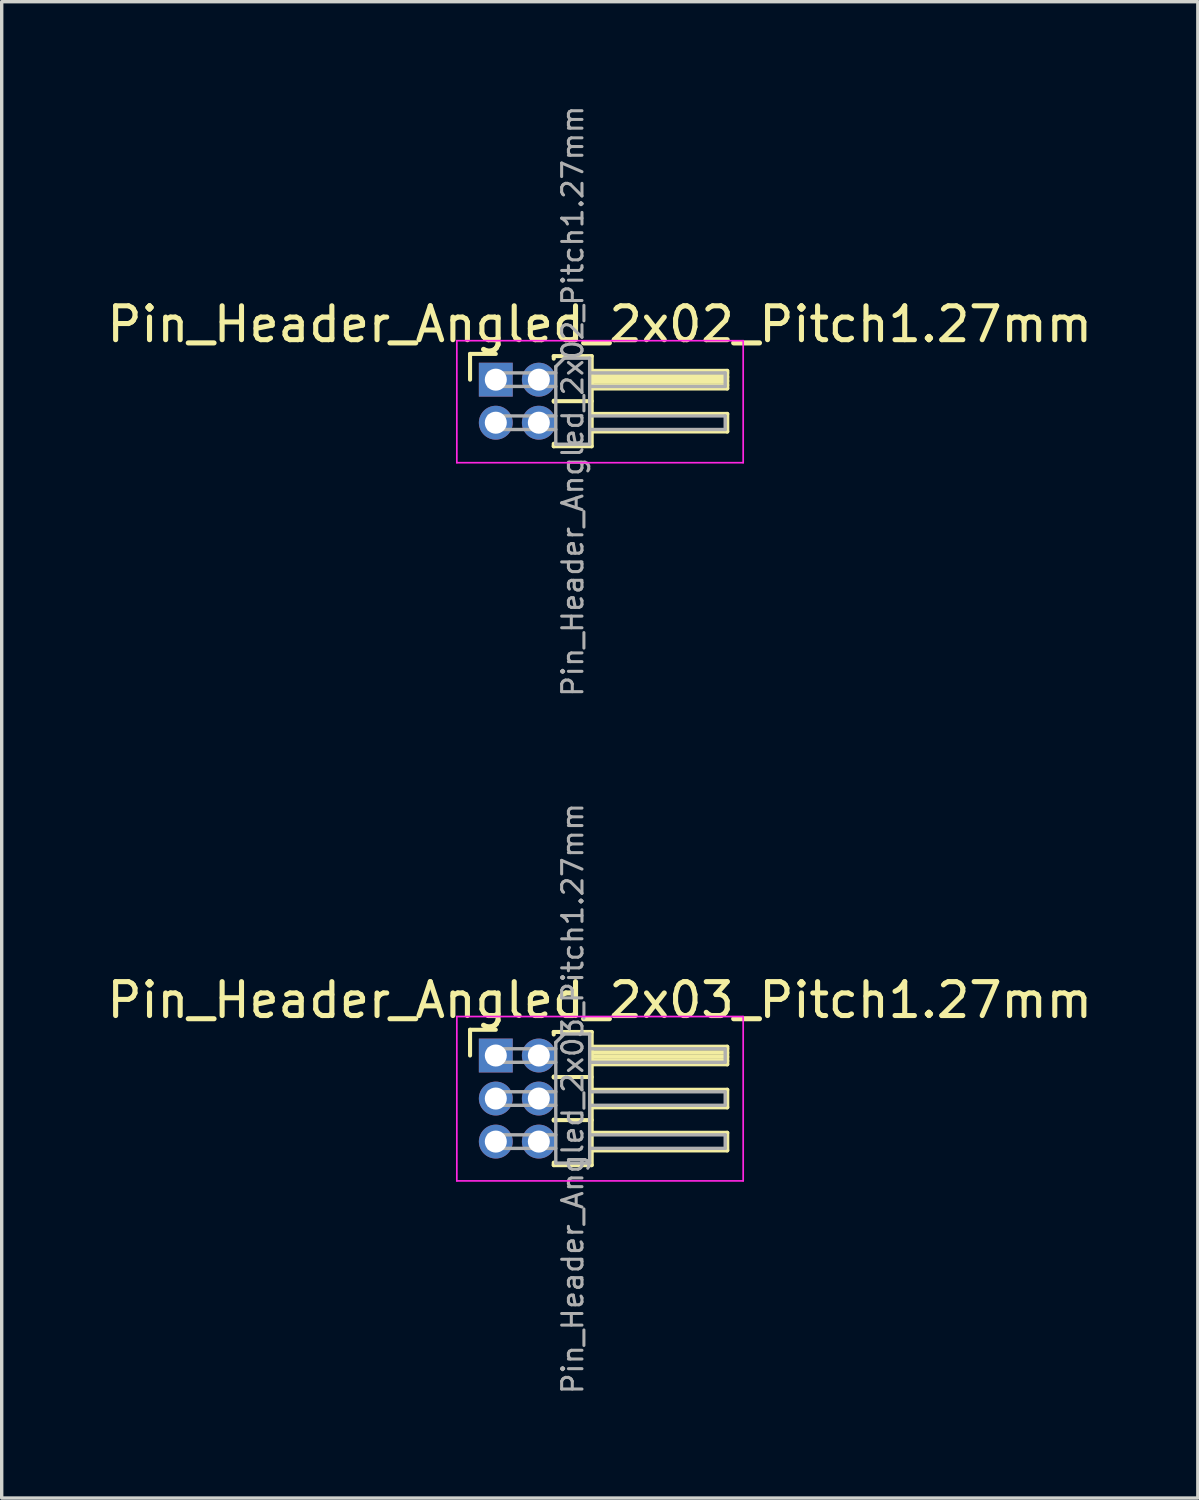
<source format=kicad_pcb>
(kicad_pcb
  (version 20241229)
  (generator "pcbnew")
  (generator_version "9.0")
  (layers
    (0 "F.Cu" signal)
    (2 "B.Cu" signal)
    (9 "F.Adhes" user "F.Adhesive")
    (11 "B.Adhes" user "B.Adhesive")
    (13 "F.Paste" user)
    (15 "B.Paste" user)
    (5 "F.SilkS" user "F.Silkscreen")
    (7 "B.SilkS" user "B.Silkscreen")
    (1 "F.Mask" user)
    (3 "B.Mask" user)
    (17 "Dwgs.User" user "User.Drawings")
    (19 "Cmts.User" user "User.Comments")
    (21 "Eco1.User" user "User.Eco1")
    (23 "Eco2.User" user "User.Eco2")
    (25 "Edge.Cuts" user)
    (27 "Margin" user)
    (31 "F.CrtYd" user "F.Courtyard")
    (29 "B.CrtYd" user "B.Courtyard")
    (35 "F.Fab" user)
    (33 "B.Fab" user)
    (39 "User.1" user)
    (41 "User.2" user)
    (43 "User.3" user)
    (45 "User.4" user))
  (footprint "Pin_Header_Angled_2x03_Pitch1.27mm"
    (layer "F.Cu")
    (at 11.581 28.098)
    (property "Reference" "Pin_Header_Angled_2x03_Pitch1.27mm" (at 3.067 -1.635 0) (layer "F.SilkS") (effects (font (size 1 1) (thickness 0.15))))
    (attr through_hole)
    (fp_line (start -0.76 -0.76) (end 0 -0.76) (stroke (width 0.12) (type solid)) (layer "F.SilkS"))
    (fp_line (start -0.76 0) (end -0.76 -0.76) (stroke (width 0.12) (type solid)) (layer "F.SilkS"))
    (fp_line (start 1.71 -0.695) (end 2.83 -0.695) (stroke (width 0.12) (type solid)) (layer "F.SilkS"))
    (fp_line (start 1.71 -0.62) (end 1.71 -0.695) (stroke (width 0.12) (type solid)) (layer "F.SilkS"))
    (fp_line (start 1.71 0.62) (end 1.71 0.65) (stroke (width 0.12) (type solid)) (layer "F.SilkS"))
    (fp_line (start 1.71 0.635) (end 2.83 0.635) (stroke (width 0.12) (type solid)) (layer "F.SilkS"))
    (fp_line (start 1.71 1.89) (end 1.71 1.92) (stroke (width 0.12) (type solid)) (layer "F.SilkS"))
    (fp_line (start 1.71 1.905) (end 2.83 1.905) (stroke (width 0.12) (type solid)) (layer "F.SilkS"))
    (fp_line (start 1.71 3.235) (end 1.71 3.16) (stroke (width 0.12) (type solid)) (layer "F.SilkS"))
    (fp_line (start 2.83 -0.695) (end 2.83 3.235) (stroke (width 0.12) (type solid)) (layer "F.SilkS"))
    (fp_line (start 2.83 -0.26) (end 6.83 -0.26) (stroke (width 0.12) (type solid)) (layer "F.SilkS"))
    (fp_line (start 2.83 -0.2) (end 6.83 -0.2) (stroke (width 0.12) (type solid)) (layer "F.SilkS"))
    (fp_line (start 2.83 -0.08) (end 6.83 -0.08) (stroke (width 0.12) (type solid)) (layer "F.SilkS"))
    (fp_line (start 2.83 0.04) (end 6.83 0.04) (stroke (width 0.12) (type solid)) (layer "F.SilkS"))
    (fp_line (start 2.83 0.16) (end 6.83 0.16) (stroke (width 0.12) (type solid)) (layer "F.SilkS"))
    (fp_line (start 2.83 1.01) (end 6.83 1.01) (stroke (width 0.12) (type solid)) (layer "F.SilkS"))
    (fp_line (start 2.83 2.28) (end 6.83 2.28) (stroke (width 0.12) (type solid)) (layer "F.SilkS"))
    (fp_line (start 2.83 3.235) (end 1.71 3.235) (stroke (width 0.12) (type solid)) (layer "F.SilkS"))
    (fp_line (start 6.83 -0.26) (end 6.83 0.26) (stroke (width 0.12) (type solid)) (layer "F.SilkS"))
    (fp_line (start 6.83 0.26) (end 2.83 0.26) (stroke (width 0.12) (type solid)) (layer "F.SilkS"))
    (fp_line (start 6.83 1.01) (end 6.83 1.53) (stroke (width 0.12) (type solid)) (layer "F.SilkS"))
    (fp_line (start 6.83 1.53) (end 2.83 1.53) (stroke (width 0.12) (type solid)) (layer "F.SilkS"))
    (fp_line (start 6.83 2.28) (end 6.83 2.8) (stroke (width 0.12) (type solid)) (layer "F.SilkS"))
    (fp_line (start 6.83 2.8) (end 2.83 2.8) (stroke (width 0.12) (type solid)) (layer "F.SilkS"))
    (fp_line (start -1.15 -1.15) (end -1.15 3.7) (stroke (width 0.05) (type solid)) (layer "F.CrtYd"))
    (fp_line (start -1.15 3.7) (end 7.3 3.7) (stroke (width 0.05) (type solid)) (layer "F.CrtYd"))
    (fp_line (start 7.3 -1.15) (end -1.15 -1.15) (stroke (width 0.05) (type solid)) (layer "F.CrtYd"))
    (fp_line (start 7.3 3.7) (end 7.3 -1.15) (stroke (width 0.05) (type solid)) (layer "F.CrtYd"))
    (fp_line (start -0.2 -0.2) (end -0.2 0.2) (stroke (width 0.1) (type solid)) (layer "F.Fab"))
    (fp_line (start -0.2 -0.2) (end 1.77 -0.2) (stroke (width 0.1) (type solid)) (layer "F.Fab"))
    (fp_line (start -0.2 0.2) (end 1.77 0.2) (stroke (width 0.1) (type solid)) (layer "F.Fab"))
    (fp_line (start -0.2 1.07) (end -0.2 1.47) (stroke (width 0.1) (type solid)) (layer "F.Fab"))
    (fp_line (start -0.2 1.07) (end 1.77 1.07) (stroke (width 0.1) (type solid)) (layer "F.Fab"))
    (fp_line (start -0.2 1.47) (end 1.77 1.47) (stroke (width 0.1) (type solid)) (layer "F.Fab"))
    (fp_line (start -0.2 2.34) (end -0.2 2.74) (stroke (width 0.1) (type solid)) (layer "F.Fab"))
    (fp_line (start -0.2 2.34) (end 1.77 2.34) (stroke (width 0.1) (type solid)) (layer "F.Fab"))
    (fp_line (start -0.2 2.74) (end 1.77 2.74) (stroke (width 0.1) (type solid)) (layer "F.Fab"))
    (fp_line (start 1.77 -0.385) (end 2.02 -0.635) (stroke (width 0.1) (type solid)) (layer "F.Fab"))
    (fp_line (start 1.77 3.175) (end 1.77 -0.385) (stroke (width 0.1) (type solid)) (layer "F.Fab"))
    (fp_line (start 2.02 -0.635) (end 2.77 -0.635) (stroke (width 0.1) (type solid)) (layer "F.Fab"))
    (fp_line (start 2.77 -0.635) (end 2.77 3.175) (stroke (width 0.1) (type solid)) (layer "F.Fab"))
    (fp_line (start 2.77 -0.2) (end 6.77 -0.2) (stroke (width 0.1) (type solid)) (layer "F.Fab"))
    (fp_line (start 2.77 0.2) (end 6.77 0.2) (stroke (width 0.1) (type solid)) (layer "F.Fab"))
    (fp_line (start 2.77 1.07) (end 6.77 1.07) (stroke (width 0.1) (type solid)) (layer "F.Fab"))
    (fp_line (start 2.77 1.47) (end 6.77 1.47) (stroke (width 0.1) (type solid)) (layer "F.Fab"))
    (fp_line (start 2.77 2.34) (end 6.77 2.34) (stroke (width 0.1) (type solid)) (layer "F.Fab"))
    (fp_line (start 2.77 2.74) (end 6.77 2.74) (stroke (width 0.1) (type solid)) (layer "F.Fab"))
    (fp_line (start 2.77 3.175) (end 1.77 3.175) (stroke (width 0.1) (type solid)) (layer "F.Fab"))
    (fp_line (start 6.77 -0.2) (end 6.77 0.2) (stroke (width 0.1) (type solid)) (layer "F.Fab"))
    (fp_line (start 6.77 1.07) (end 6.77 1.47) (stroke (width 0.1) (type solid)) (layer "F.Fab"))
    (fp_line (start 6.77 2.34) (end 6.77 2.74) (stroke (width 0.1) (type solid)) (layer "F.Fab"))
    (fp_text user "${REFERENCE}" (at 2.27 1.27 90) (layer "F.Fab") (effects (font (size 0.6 0.6) (thickness 0.09))))
    (pad "1" thru_hole rect (at 0 0) (size 1 1) (drill 0.65) (layers "*.Cu" "*.Mask"))
    (pad "2" thru_hole oval (at 1.27 0) (size 1 1) (drill 0.65) (layers "*.Cu" "*.Mask"))
    (pad "3" thru_hole oval (at 0 1.27) (size 1 1) (drill 0.65) (layers "*.Cu" "*.Mask"))
    (pad "4" thru_hole oval (at 1.27 1.27) (size 1 1) (drill 0.65) (layers "*.Cu" "*.Mask"))
    (pad "5" thru_hole oval (at 0 2.54) (size 1 1) (drill 0.65) (layers "*.Cu" "*.Mask"))
    (pad "6" thru_hole oval (at 1.27 2.54) (size 1 1) (drill 0.65) (layers "*.Cu" "*.Mask")))
  (footprint "Pin_Header_Angled_2x02_Pitch1.27mm"
    (layer "F.Cu")
    (at 11.581 8.154)
    (property "Reference" "Pin_Header_Angled_2x02_Pitch1.27mm" (at 3.067 -1.635 0) (layer "F.SilkS") (effects (font (size 1 1) (thickness 0.15))))
    (attr through_hole)
    (fp_line (start -0.76 -0.76) (end 0 -0.76) (stroke (width 0.12) (type solid)) (layer "F.SilkS"))
    (fp_line (start -0.76 0) (end -0.76 -0.76) (stroke (width 0.12) (type solid)) (layer "F.SilkS"))
    (fp_line (start 1.71 -0.695) (end 2.83 -0.695) (stroke (width 0.12) (type solid)) (layer "F.SilkS"))
    (fp_line (start 1.71 -0.62) (end 1.71 -0.695) (stroke (width 0.12) (type solid)) (layer "F.SilkS"))
    (fp_line (start 1.71 0.62) (end 1.71 0.65) (stroke (width 0.12) (type solid)) (layer "F.SilkS"))
    (fp_line (start 1.71 0.635) (end 2.83 0.635) (stroke (width 0.12) (type solid)) (layer "F.SilkS"))
    (fp_line (start 1.71 1.965) (end 1.71 1.89) (stroke (width 0.12) (type solid)) (layer "F.SilkS"))
    (fp_line (start 2.83 -0.695) (end 2.83 1.965) (stroke (width 0.12) (type solid)) (layer "F.SilkS"))
    (fp_line (start 2.83 -0.26) (end 6.83 -0.26) (stroke (width 0.12) (type solid)) (layer "F.SilkS"))
    (fp_line (start 2.83 -0.2) (end 6.83 -0.2) (stroke (width 0.12) (type solid)) (layer "F.SilkS"))
    (fp_line (start 2.83 -0.08) (end 6.83 -0.08) (stroke (width 0.12) (type solid)) (layer "F.SilkS"))
    (fp_line (start 2.83 0.04) (end 6.83 0.04) (stroke (width 0.12) (type solid)) (layer "F.SilkS"))
    (fp_line (start 2.83 0.16) (end 6.83 0.16) (stroke (width 0.12) (type solid)) (layer "F.SilkS"))
    (fp_line (start 2.83 1.01) (end 6.83 1.01) (stroke (width 0.12) (type solid)) (layer "F.SilkS"))
    (fp_line (start 2.83 1.965) (end 1.71 1.965) (stroke (width 0.12) (type solid)) (layer "F.SilkS"))
    (fp_line (start 6.83 -0.26) (end 6.83 0.26) (stroke (width 0.12) (type solid)) (layer "F.SilkS"))
    (fp_line (start 6.83 0.26) (end 2.83 0.26) (stroke (width 0.12) (type solid)) (layer "F.SilkS"))
    (fp_line (start 6.83 1.01) (end 6.83 1.53) (stroke (width 0.12) (type solid)) (layer "F.SilkS"))
    (fp_line (start 6.83 1.53) (end 2.83 1.53) (stroke (width 0.12) (type solid)) (layer "F.SilkS"))
    (fp_line (start -1.15 -1.15) (end -1.15 2.45) (stroke (width 0.05) (type solid)) (layer "F.CrtYd"))
    (fp_line (start -1.15 2.45) (end 7.3 2.45) (stroke (width 0.05) (type solid)) (layer "F.CrtYd"))
    (fp_line (start 7.3 -1.15) (end -1.15 -1.15) (stroke (width 0.05) (type solid)) (layer "F.CrtYd"))
    (fp_line (start 7.3 2.45) (end 7.3 -1.15) (stroke (width 0.05) (type solid)) (layer "F.CrtYd"))
    (fp_line (start -0.2 -0.2) (end -0.2 0.2) (stroke (width 0.1) (type solid)) (layer "F.Fab"))
    (fp_line (start -0.2 -0.2) (end 1.77 -0.2) (stroke (width 0.1) (type solid)) (layer "F.Fab"))
    (fp_line (start -0.2 0.2) (end 1.77 0.2) (stroke (width 0.1) (type solid)) (layer "F.Fab"))
    (fp_line (start -0.2 1.07) (end -0.2 1.47) (stroke (width 0.1) (type solid)) (layer "F.Fab"))
    (fp_line (start -0.2 1.07) (end 1.77 1.07) (stroke (width 0.1) (type solid)) (layer "F.Fab"))
    (fp_line (start -0.2 1.47) (end 1.77 1.47) (stroke (width 0.1) (type solid)) (layer "F.Fab"))
    (fp_line (start 1.77 -0.385) (end 2.02 -0.635) (stroke (width 0.1) (type solid)) (layer "F.Fab"))
    (fp_line (start 1.77 1.905) (end 1.77 -0.385) (stroke (width 0.1) (type solid)) (layer "F.Fab"))
    (fp_line (start 2.02 -0.635) (end 2.77 -0.635) (stroke (width 0.1) (type solid)) (layer "F.Fab"))
    (fp_line (start 2.77 -0.635) (end 2.77 1.905) (stroke (width 0.1) (type solid)) (layer "F.Fab"))
    (fp_line (start 2.77 -0.2) (end 6.77 -0.2) (stroke (width 0.1) (type solid)) (layer "F.Fab"))
    (fp_line (start 2.77 0.2) (end 6.77 0.2) (stroke (width 0.1) (type solid)) (layer "F.Fab"))
    (fp_line (start 2.77 1.07) (end 6.77 1.07) (stroke (width 0.1) (type solid)) (layer "F.Fab"))
    (fp_line (start 2.77 1.47) (end 6.77 1.47) (stroke (width 0.1) (type solid)) (layer "F.Fab"))
    (fp_line (start 2.77 1.905) (end 1.77 1.905) (stroke (width 0.1) (type solid)) (layer "F.Fab"))
    (fp_line (start 6.77 -0.2) (end 6.77 0.2) (stroke (width 0.1) (type solid)) (layer "F.Fab"))
    (fp_line (start 6.77 1.07) (end 6.77 1.47) (stroke (width 0.1) (type solid)) (layer "F.Fab"))
    (fp_text user "${REFERENCE}" (at 2.27 0.635 90) (layer "F.Fab") (effects (font (size 0.6 0.6) (thickness 0.09))))
    (pad "1" thru_hole rect (at 0 0) (size 1 1) (drill 0.65) (layers "*.Cu" "*.Mask"))
    (pad "2" thru_hole oval (at 1.27 0) (size 1 1) (drill 0.65) (layers "*.Cu" "*.Mask"))
    (pad "3" thru_hole oval (at 0 1.27) (size 1 1) (drill 0.65) (layers "*.Cu" "*.Mask"))
    (pad "4" thru_hole oval (at 1.27 1.27) (size 1 1) (drill 0.65) (layers "*.Cu" "*.Mask")))
  (gr_rect
    (start -3 -3)
    (end 32.298 41.157)
    (stroke (width 0.1) (type default))
    (fill no)
    (layer "Edge.Cuts")))
</source>
